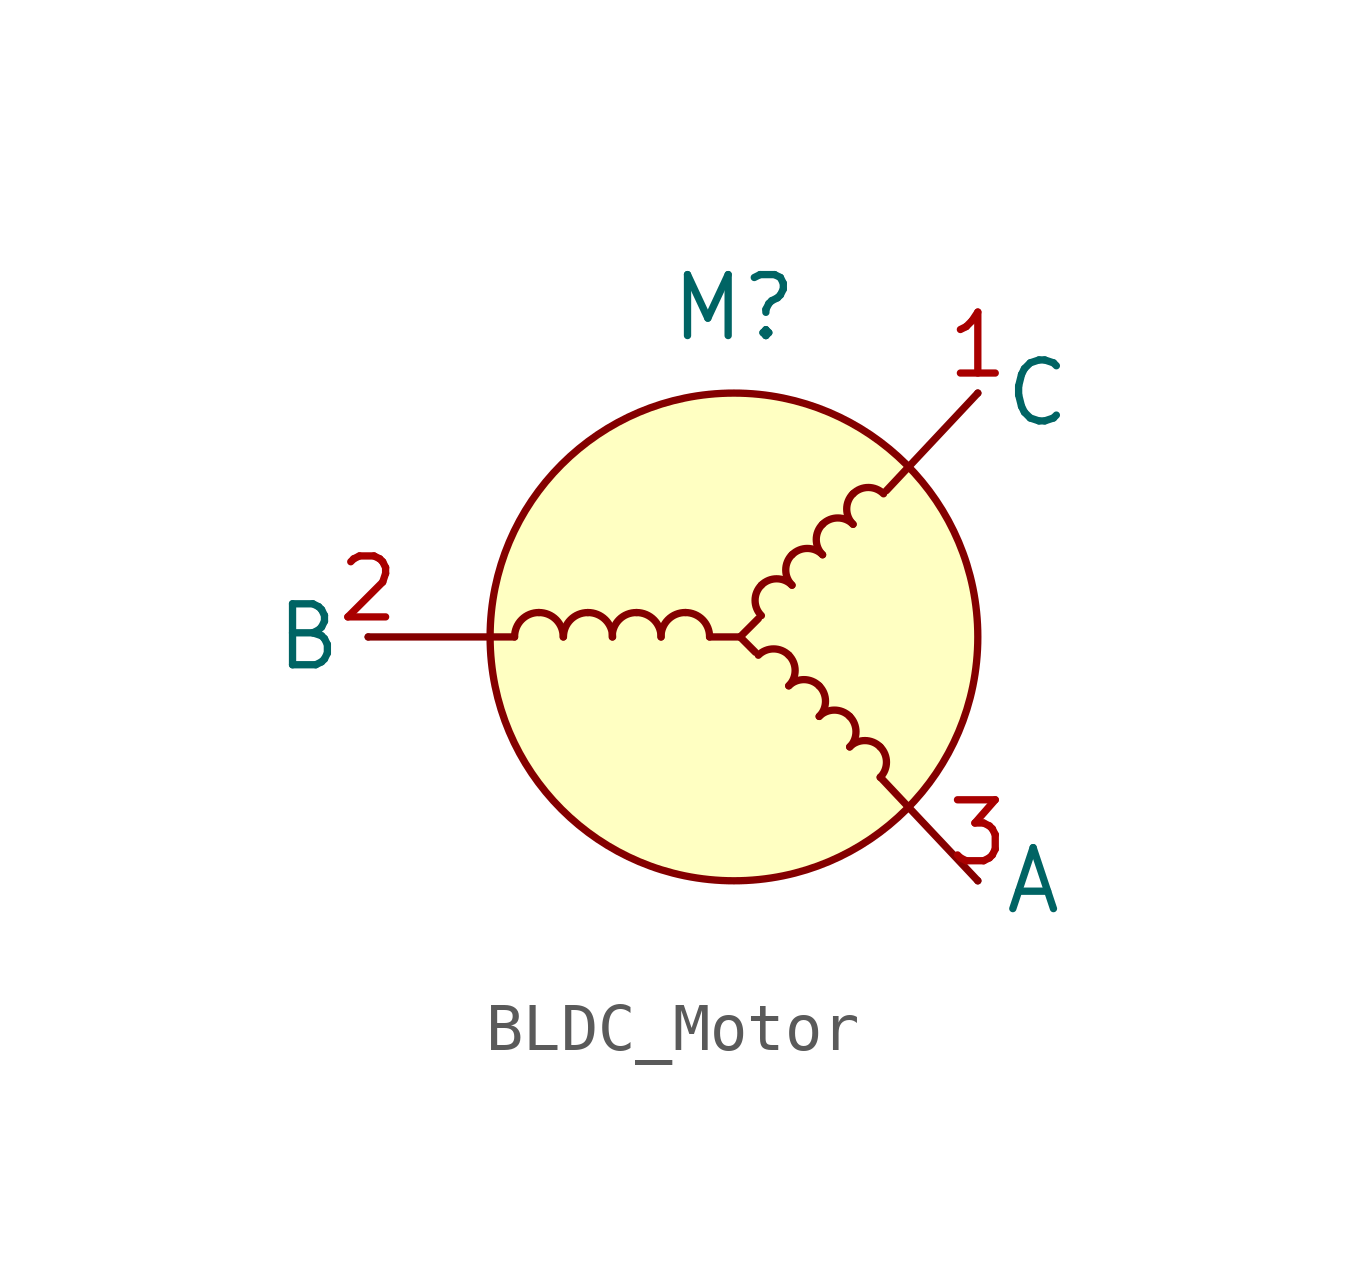
<source format=kicad_sym>
(kicad_symbol_lib
  (version 20231120)
  (generator "kicad_symbol_editor")
  (generator_version "8.0")
  (symbol "BLDC_Motor"
    (property "Reference" "M"
      (at 0 6.858 0)
      (effects (font (size 1.27 1.27))))
    (property "Value" ""
      (at 0 0 0)
      (effects (font (size 1.27 1.27))))
    (symbol "BLDC_Motor_1_1"
      (arc (start -4.062 0.508) (mid -4.4225 0.3599) (end -4.57 0) (stroke (width 0) (type default)) (fill (type none)))
      (arc (start -3.554 0) (mid -3.7027 0.3599) (end -4.062 0.508) (stroke (width 0) (type default)) (fill (type none)))
      (arc (start -3.044 0.508) (mid -3.4032 0.3592) (end -3.552 0) (stroke (width 0) (type default)) (fill (type none)))
      (arc (start -2.536 0) (mid -2.6848 0.3592) (end -3.044 0.508) (stroke (width 0) (type default)) (fill (type none)))
      (arc (start -2.028 0.508) (mid -2.3911 0.3614) (end -2.536 0) (stroke (width 0) (type default)) (fill (type none)))
      (arc (start -1.52 0) (mid -1.669 0.3578) (end -2.028 0.508) (stroke (width 0) (type default)) (fill (type none)))
      (arc (start -1.012 0.508) (mid -1.3725 0.3599) (end -1.52 0) (stroke (width 0) (type default)) (fill (type none)))
      (arc (start -0.504 0) (mid -0.6527 0.3599) (end -1.012 0.508) (stroke (width 0) (type default)) (fill (type none)))
      (polyline (pts (xy -4.572 0) (xy -7.62 0)) (stroke (width 0) (type default)) (fill (type none)))
      (polyline (pts (xy -0.508 0) (xy 0.127 0)) (stroke (width 0) (type default)) (fill (type none)))
      (polyline (pts (xy 0.445 -0.318) (xy 0.127 0)) (stroke (width 0) (type default)) (fill (type none)))
      (polyline (pts (xy 0.508 0.381) (xy 0.127 0)) (stroke (width 0) (type default)) (fill (type none)))
      (polyline (pts (xy 3.048 -2.921) (xy 5.08 -5.08)) (stroke (width 0) (type default)) (fill (type none)))
      (polyline (pts (xy 3.175 3.048) (xy 5.08 5.08)) (stroke (width 0) (type default)) (fill (type none)))
      (circle (center 0 0) (radius 5.08) (stroke (width 0) (type default)) (fill (type background)))
      (arc (start 0.5715 1.0795) (mid 0.44 0.762) (end 0.5715 0.4445) (stroke (width 0) (type default)) (fill (type none)))
      (arc (start 1.143 -1.016) (mid 1.2745 -0.6985) (end 1.143 -0.381) (stroke (width 0) (type default)) (fill (type none)))
      (arc (start 1.143 -0.381) (mid 0.8252 -0.2494) (end 0.508 -0.381) (stroke (width 0) (type default)) (fill (type none)))
      (arc (start 1.2065 1.0795) (mid 0.889 1.211) (end 0.5715 1.0795) (stroke (width 0) (type default)) (fill (type none)))
      (arc (start 1.211 1.712) (mid 1.0799 1.3953) (end 1.211 1.077) (stroke (width 0) (type default)) (fill (type none)))
      (arc (start 1.7755 -1.6555) (mid 1.907 -1.338) (end 1.7755 -1.0205) (stroke (width 0) (type default)) (fill (type none)))
      (arc (start 1.7755 -1.0205) (mid 1.4579 -0.8891) (end 1.1405 -1.0205) (stroke (width 0) (type default)) (fill (type none)))
      (arc (start 1.846 1.712) (mid 1.5285 1.8435) (end 1.211 1.712) (stroke (width 0) (type default)) (fill (type none)))
      (arc (start 1.846 2.347) (mid 1.7149 2.0303) (end 1.846 1.712) (stroke (width 0) (type default)) (fill (type none)))
      (arc (start 2.4105 -2.2905) (mid 2.542 -1.973) (end 2.4105 -1.6555) (stroke (width 0) (type default)) (fill (type none)))
      (arc (start 2.4105 -1.6555) (mid 2.0934 -1.5243) (end 1.7755 -1.6555) (stroke (width 0) (type default)) (fill (type none)))
      (arc (start 2.481 2.347) (mid 2.1635 2.4785) (end 1.846 2.347) (stroke (width 0) (type default)) (fill (type none)))
      (arc (start 2.481 2.982) (mid 2.3499 2.6653) (end 2.481 2.347) (stroke (width 0) (type default)) (fill (type none)))
      (arc (start 3.0455 -2.9255) (mid 3.177 -2.608) (end 3.0455 -2.2905) (stroke (width 0) (type default)) (fill (type none)))
      (arc (start 3.0455 -2.2905) (mid 2.7279 -2.1591) (end 2.4105 -2.2905) (stroke (width 0) (type default)) (fill (type none)))
      (arc (start 3.116 2.982) (mid 2.7985 3.1135) (end 2.481 2.982) (stroke (width 0) (type default)) (fill (type none)))
      (pin power_in line (at 5.08 5.08 0) (length 0) (name "C" (effects (font (size 1.27 1.27)))) (number "1" (effects (font (size 1.27 1.27)))))
      (pin power_in line (at -7.62 0 180) (length 0) (name "B" (effects (font (size 1.27 1.27)))) (number "2" (effects (font (size 1.27 1.27)))))
      (pin power_in line (at 5.08 -5.08 0) (length 0) (name "A" (effects (font (size 1.27 1.27)))) (number "3" (effects (font (size 1.27 1.27))))))))
</source>
